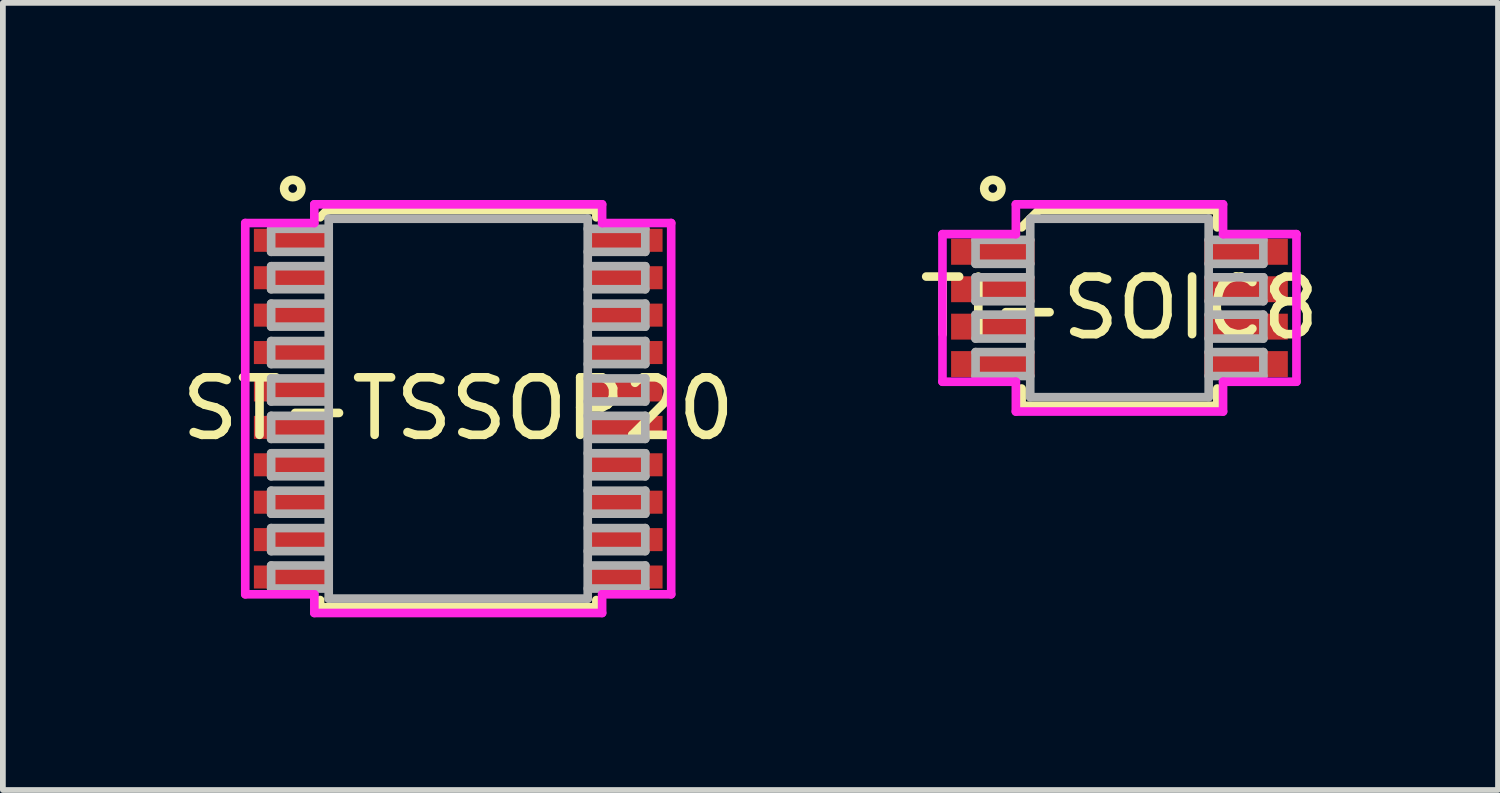
<source format=kicad_pcb>
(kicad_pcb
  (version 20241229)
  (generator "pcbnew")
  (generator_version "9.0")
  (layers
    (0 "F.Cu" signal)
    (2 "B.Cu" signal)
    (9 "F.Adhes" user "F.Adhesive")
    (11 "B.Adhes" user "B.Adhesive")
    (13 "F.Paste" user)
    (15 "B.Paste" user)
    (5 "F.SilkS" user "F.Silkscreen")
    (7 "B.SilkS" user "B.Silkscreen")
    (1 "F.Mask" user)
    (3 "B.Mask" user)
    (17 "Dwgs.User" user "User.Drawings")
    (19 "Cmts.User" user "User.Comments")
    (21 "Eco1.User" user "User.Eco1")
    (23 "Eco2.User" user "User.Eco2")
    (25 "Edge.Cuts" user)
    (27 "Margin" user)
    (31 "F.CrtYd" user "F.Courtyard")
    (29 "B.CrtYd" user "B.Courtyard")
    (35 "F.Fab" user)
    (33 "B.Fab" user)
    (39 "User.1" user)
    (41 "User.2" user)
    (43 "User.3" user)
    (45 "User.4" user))
  (footprint "ST-TSSOP20"
    (layer "F.Cu")
    (at 4.911 4.05)
    (property "Reference" "ST-TSSOP20" (at 0 0 0) (layer "F.SilkS") (effects (font (size 1 1) (thickness 0.15))))
    (attr through_hole)
    (fp_line (start -2.4 -3.325) (end -2.275 -3.45) (stroke (width 0.15) (type solid)) (layer "F.SilkS"))
    (fp_line (start -2.4 3.45) (end -2.4 3.325) (stroke (width 0.15) (type solid)) (layer "F.SilkS"))
    (fp_line (start -2.275 -3.45) (end 2.4 -3.45) (stroke (width 0.15) (type solid)) (layer "F.SilkS"))
    (fp_line (start 2.4 -3.45) (end 2.4 -3.325) (stroke (width 0.15) (type solid)) (layer "F.SilkS"))
    (fp_line (start 2.4 3.325) (end 2.4 3.45) (stroke (width 0.15) (type solid)) (layer "F.SilkS"))
    (fp_line (start 2.4 3.45) (end -2.4 3.45) (stroke (width 0.15) (type solid)) (layer "F.SilkS"))
    (fp_circle (center -2.875 -3.825) (end -2.875 -3.675) (stroke (width 0.15) (type solid)) (fill no) (layer "F.SilkS"))
    (fp_line (start -3.7 -3.225) (end -2.5 -3.225) (stroke (width 0.15) (type solid)) (layer "F.CrtYd"))
    (fp_line (start -3.7 3.225) (end -3.7 -3.225) (stroke (width 0.15) (type solid)) (layer "F.CrtYd"))
    (fp_line (start -2.5 -3.55) (end 2.5 -3.55) (stroke (width 0.15) (type solid)) (layer "F.CrtYd"))
    (fp_line (start -2.5 -3.225) (end -2.5 -3.55) (stroke (width 0.15) (type solid)) (layer "F.CrtYd"))
    (fp_line (start -2.5 3.225) (end -3.7 3.225) (stroke (width 0.15) (type solid)) (layer "F.CrtYd"))
    (fp_line (start -2.5 3.55) (end -2.5 3.225) (stroke (width 0.15) (type solid)) (layer "F.CrtYd"))
    (fp_line (start 2.5 -3.55) (end 2.5 -3.225) (stroke (width 0.15) (type solid)) (layer "F.CrtYd"))
    (fp_line (start 2.5 -3.225) (end 3.7 -3.225) (stroke (width 0.15) (type solid)) (layer "F.CrtYd"))
    (fp_line (start 2.5 3.225) (end 2.5 3.55) (stroke (width 0.15) (type solid)) (layer "F.CrtYd"))
    (fp_line (start 2.5 3.55) (end -2.5 3.55) (stroke (width 0.15) (type solid)) (layer "F.CrtYd"))
    (fp_line (start 3.7 -3.225) (end 3.7 3.225) (stroke (width 0.15) (type solid)) (layer "F.CrtYd"))
    (fp_line (start 3.7 3.225) (end 2.5 3.225) (stroke (width 0.15) (type solid)) (layer "F.CrtYd"))
    (fp_line (start -3.25 -3.125) (end -3.25 -2.725) (stroke (width 0.15) (type solid)) (layer "F.Fab"))
    (fp_line (start -3.25 -2.725) (end -2.25 -2.725) (stroke (width 0.15) (type solid)) (layer "F.Fab"))
    (fp_line (start -3.25 -2.475) (end -3.25 -2.075) (stroke (width 0.15) (type solid)) (layer "F.Fab"))
    (fp_line (start -3.25 -2.075) (end -2.25 -2.075) (stroke (width 0.15) (type solid)) (layer "F.Fab"))
    (fp_line (start -3.25 -1.825) (end -3.25 -1.425) (stroke (width 0.15) (type solid)) (layer "F.Fab"))
    (fp_line (start -3.25 -1.425) (end -2.25 -1.425) (stroke (width 0.15) (type solid)) (layer "F.Fab"))
    (fp_line (start -3.25 -1.175) (end -3.25 -0.775) (stroke (width 0.15) (type solid)) (layer "F.Fab"))
    (fp_line (start -3.25 -0.775) (end -2.25 -0.775) (stroke (width 0.15) (type solid)) (layer "F.Fab"))
    (fp_line (start -3.25 -0.525) (end -3.25 -0.125) (stroke (width 0.15) (type solid)) (layer "F.Fab"))
    (fp_line (start -3.25 -0.125) (end -2.25 -0.125) (stroke (width 0.15) (type solid)) (layer "F.Fab"))
    (fp_line (start -3.25 0.125) (end -3.25 0.525) (stroke (width 0.15) (type solid)) (layer "F.Fab"))
    (fp_line (start -3.25 0.525) (end -2.25 0.525) (stroke (width 0.15) (type solid)) (layer "F.Fab"))
    (fp_line (start -3.25 0.775) (end -3.25 1.175) (stroke (width 0.15) (type solid)) (layer "F.Fab"))
    (fp_line (start -3.25 1.175) (end -2.25 1.175) (stroke (width 0.15) (type solid)) (layer "F.Fab"))
    (fp_line (start -3.25 1.425) (end -3.25 1.825) (stroke (width 0.15) (type solid)) (layer "F.Fab"))
    (fp_line (start -3.25 1.825) (end -2.25 1.825) (stroke (width 0.15) (type solid)) (layer "F.Fab"))
    (fp_line (start -3.25 2.075) (end -3.25 2.475) (stroke (width 0.15) (type solid)) (layer "F.Fab"))
    (fp_line (start -3.25 2.475) (end -2.25 2.475) (stroke (width 0.15) (type solid)) (layer "F.Fab"))
    (fp_line (start -3.25 2.725) (end -3.25 3.125) (stroke (width 0.15) (type solid)) (layer "F.Fab"))
    (fp_line (start -3.25 3.125) (end -2.25 3.125) (stroke (width 0.15) (type solid)) (layer "F.Fab"))
    (fp_line (start -2.25 -3.3) (end 2.25 -3.3) (stroke (width 0.15) (type solid)) (layer "F.Fab"))
    (fp_line (start -2.25 -3.125) (end -3.25 -3.125) (stroke (width 0.15) (type solid)) (layer "F.Fab"))
    (fp_line (start -2.25 -2.475) (end -3.25 -2.475) (stroke (width 0.15) (type solid)) (layer "F.Fab"))
    (fp_line (start -2.25 -1.825) (end -3.25 -1.825) (stroke (width 0.15) (type solid)) (layer "F.Fab"))
    (fp_line (start -2.25 -1.175) (end -3.25 -1.175) (stroke (width 0.15) (type solid)) (layer "F.Fab"))
    (fp_line (start -2.25 -0.525) (end -3.25 -0.525) (stroke (width 0.15) (type solid)) (layer "F.Fab"))
    (fp_line (start -2.25 0.125) (end -3.25 0.125) (stroke (width 0.15) (type solid)) (layer "F.Fab"))
    (fp_line (start -2.25 0.775) (end -3.25 0.775) (stroke (width 0.15) (type solid)) (layer "F.Fab"))
    (fp_line (start -2.25 1.425) (end -3.25 1.425) (stroke (width 0.15) (type solid)) (layer "F.Fab"))
    (fp_line (start -2.25 2.075) (end -3.25 2.075) (stroke (width 0.15) (type solid)) (layer "F.Fab"))
    (fp_line (start -2.25 2.725) (end -3.25 2.725) (stroke (width 0.15) (type solid)) (layer "F.Fab"))
    (fp_line (start -2.25 3.3) (end -2.25 -3.3) (stroke (width 0.15) (type solid)) (layer "F.Fab"))
    (fp_line (start 2.25 -3.3) (end 2.25 3.3) (stroke (width 0.15) (type solid)) (layer "F.Fab"))
    (fp_line (start 2.25 -2.725) (end 3.25 -2.725) (stroke (width 0.15) (type solid)) (layer "F.Fab"))
    (fp_line (start 2.25 -2.075) (end 3.25 -2.075) (stroke (width 0.15) (type solid)) (layer "F.Fab"))
    (fp_line (start 2.25 -1.425) (end 3.25 -1.425) (stroke (width 0.15) (type solid)) (layer "F.Fab"))
    (fp_line (start 2.25 -0.775) (end 3.25 -0.775) (stroke (width 0.15) (type solid)) (layer "F.Fab"))
    (fp_line (start 2.25 -0.125) (end 3.25 -0.125) (stroke (width 0.15) (type solid)) (layer "F.Fab"))
    (fp_line (start 2.25 0.525) (end 3.25 0.525) (stroke (width 0.15) (type solid)) (layer "F.Fab"))
    (fp_line (start 2.25 1.175) (end 3.25 1.175) (stroke (width 0.15) (type solid)) (layer "F.Fab"))
    (fp_line (start 2.25 1.825) (end 3.25 1.825) (stroke (width 0.15) (type solid)) (layer "F.Fab"))
    (fp_line (start 2.25 2.475) (end 3.25 2.475) (stroke (width 0.15) (type solid)) (layer "F.Fab"))
    (fp_line (start 2.25 3.125) (end 3.25 3.125) (stroke (width 0.15) (type solid)) (layer "F.Fab"))
    (fp_line (start 2.25 3.3) (end -2.25 3.3) (stroke (width 0.15) (type solid)) (layer "F.Fab"))
    (fp_line (start 3.25 -3.125) (end 2.25 -3.125) (stroke (width 0.15) (type solid)) (layer "F.Fab"))
    (fp_line (start 3.25 -2.725) (end 3.25 -3.125) (stroke (width 0.15) (type solid)) (layer "F.Fab"))
    (fp_line (start 3.25 -2.475) (end 2.25 -2.475) (stroke (width 0.15) (type solid)) (layer "F.Fab"))
    (fp_line (start 3.25 -2.075) (end 3.25 -2.475) (stroke (width 0.15) (type solid)) (layer "F.Fab"))
    (fp_line (start 3.25 -1.825) (end 2.25 -1.825) (stroke (width 0.15) (type solid)) (layer "F.Fab"))
    (fp_line (start 3.25 -1.425) (end 3.25 -1.825) (stroke (width 0.15) (type solid)) (layer "F.Fab"))
    (fp_line (start 3.25 -1.175) (end 2.25 -1.175) (stroke (width 0.15) (type solid)) (layer "F.Fab"))
    (fp_line (start 3.25 -0.775) (end 3.25 -1.175) (stroke (width 0.15) (type solid)) (layer "F.Fab"))
    (fp_line (start 3.25 -0.525) (end 2.25 -0.525) (stroke (width 0.15) (type solid)) (layer "F.Fab"))
    (fp_line (start 3.25 -0.125) (end 3.25 -0.525) (stroke (width 0.15) (type solid)) (layer "F.Fab"))
    (fp_line (start 3.25 0.125) (end 2.25 0.125) (stroke (width 0.15) (type solid)) (layer "F.Fab"))
    (fp_line (start 3.25 0.525) (end 3.25 0.125) (stroke (width 0.15) (type solid)) (layer "F.Fab"))
    (fp_line (start 3.25 0.775) (end 2.25 0.775) (stroke (width 0.15) (type solid)) (layer "F.Fab"))
    (fp_line (start 3.25 1.175) (end 3.25 0.775) (stroke (width 0.15) (type solid)) (layer "F.Fab"))
    (fp_line (start 3.25 1.425) (end 2.25 1.425) (stroke (width 0.15) (type solid)) (layer "F.Fab"))
    (fp_line (start 3.25 1.825) (end 3.25 1.425) (stroke (width 0.15) (type solid)) (layer "F.Fab"))
    (fp_line (start 3.25 2.075) (end 2.25 2.075) (stroke (width 0.15) (type solid)) (layer "F.Fab"))
    (fp_line (start 3.25 2.475) (end 3.25 2.075) (stroke (width 0.15) (type solid)) (layer "F.Fab"))
    (fp_line (start 3.25 2.725) (end 2.25 2.725) (stroke (width 0.15) (type solid)) (layer "F.Fab"))
    (fp_line (start 3.25 3.125) (end 3.25 2.725) (stroke (width 0.15) (type solid)) (layer "F.Fab"))
    (pad "1" smd rect (at -2.875 -2.925) (size 1.35 0.4) (layers "F.Cu" "F.Mask" "F.Paste"))
    (pad "2" smd rect (at -2.875 -2.275) (size 1.35 0.4) (layers "F.Cu" "F.Mask" "F.Paste"))
    (pad "3" smd rect (at -2.875 -1.625) (size 1.35 0.4) (layers "F.Cu" "F.Mask" "F.Paste"))
    (pad "4" smd rect (at -2.875 -0.975) (size 1.35 0.4) (layers "F.Cu" "F.Mask" "F.Paste"))
    (pad "5" smd rect (at -2.875 -0.325) (size 1.35 0.4) (layers "F.Cu" "F.Mask" "F.Paste"))
    (pad "6" smd rect (at -2.875 0.325) (size 1.35 0.4) (layers "F.Cu" "F.Mask" "F.Paste"))
    (pad "7" smd rect (at -2.875 0.975) (size 1.35 0.4) (layers "F.Cu" "F.Mask" "F.Paste"))
    (pad "8" smd rect (at -2.875 1.625) (size 1.35 0.4) (layers "F.Cu" "F.Mask" "F.Paste"))
    (pad "9" smd rect (at -2.875 2.275) (size 1.35 0.4) (layers "F.Cu" "F.Mask" "F.Paste"))
    (pad "10" smd rect (at -2.875 2.925) (size 1.35 0.4) (layers "F.Cu" "F.Mask" "F.Paste"))
    (pad "11" smd rect (at 2.875 2.925) (size 1.35 0.4) (layers "F.Cu" "F.Mask" "F.Paste"))
    (pad "12" smd rect (at 2.875 2.275) (size 1.35 0.4) (layers "F.Cu" "F.Mask" "F.Paste"))
    (pad "13" smd rect (at 2.875 1.625) (size 1.35 0.4) (layers "F.Cu" "F.Mask" "F.Paste"))
    (pad "14" smd rect (at 2.875 0.975) (size 1.35 0.4) (layers "F.Cu" "F.Mask" "F.Paste"))
    (pad "15" smd rect (at 2.875 0.325) (size 1.35 0.4) (layers "F.Cu" "F.Mask" "F.Paste"))
    (pad "16" smd rect (at 2.875 -0.325) (size 1.35 0.4) (layers "F.Cu" "F.Mask" "F.Paste"))
    (pad "17" smd rect (at 2.875 -0.975) (size 1.35 0.4) (layers "F.Cu" "F.Mask" "F.Paste"))
    (pad "18" smd rect (at 2.875 -1.625) (size 1.35 0.4) (layers "F.Cu" "F.Mask" "F.Paste"))
    (pad "19" smd rect (at 2.875 -2.275) (size 1.35 0.4) (layers "F.Cu" "F.Mask" "F.Paste"))
    (pad "20" smd rect (at 2.875 -2.925) (size 1.35 0.4) (layers "F.Cu" "F.Mask" "F.Paste")))
  (footprint "TI-SOIC8"
    (layer "F.Cu")
    (at 16.399 2.3)
    (property "Reference" "TI-SOIC8" (at 0 0 0) (layer "F.SilkS") (effects (font (size 1 1) (thickness 0.15))))
    (attr through_hole)
    (fp_line (start -1.7 -1.4) (end -1.4 -1.7) (stroke (width 0.15) (type solid)) (layer "F.SilkS"))
    (fp_line (start -1.7 1.7) (end -1.7 1.4) (stroke (width 0.15) (type solid)) (layer "F.SilkS"))
    (fp_line (start -1.4 -1.7) (end 1.7 -1.7) (stroke (width 0.15) (type solid)) (layer "F.SilkS"))
    (fp_line (start 1.7 -1.7) (end 1.7 -1.4) (stroke (width 0.15) (type solid)) (layer "F.SilkS"))
    (fp_line (start 1.7 1.4) (end 1.7 1.7) (stroke (width 0.15) (type solid)) (layer "F.SilkS"))
    (fp_line (start 1.7 1.7) (end -1.7 1.7) (stroke (width 0.15) (type solid)) (layer "F.SilkS"))
    (fp_circle (center -2.2 -2.075) (end -2.2 -1.925) (stroke (width 0.15) (type solid)) (fill no) (layer "F.SilkS"))
    (fp_line (start -3.075 -1.282) (end -1.8 -1.282) (stroke (width 0.15) (type solid)) (layer "F.CrtYd"))
    (fp_line (start -3.075 1.282) (end -3.075 -1.282) (stroke (width 0.15) (type solid)) (layer "F.CrtYd"))
    (fp_line (start -1.8 -1.8) (end 1.8 -1.8) (stroke (width 0.15) (type solid)) (layer "F.CrtYd"))
    (fp_line (start -1.8 -1.282) (end -1.8 -1.8) (stroke (width 0.15) (type solid)) (layer "F.CrtYd"))
    (fp_line (start -1.8 1.282) (end -3.075 1.282) (stroke (width 0.15) (type solid)) (layer "F.CrtYd"))
    (fp_line (start -1.8 1.8) (end -1.8 1.282) (stroke (width 0.15) (type solid)) (layer "F.CrtYd"))
    (fp_line (start 1.8 -1.8) (end 1.8 -1.282) (stroke (width 0.15) (type solid)) (layer "F.CrtYd"))
    (fp_line (start 1.8 -1.282) (end 3.075 -1.282) (stroke (width 0.15) (type solid)) (layer "F.CrtYd"))
    (fp_line (start 1.8 1.282) (end 1.8 1.8) (stroke (width 0.15) (type solid)) (layer "F.CrtYd"))
    (fp_line (start 1.8 1.8) (end -1.8 1.8) (stroke (width 0.15) (type solid)) (layer "F.CrtYd"))
    (fp_line (start 3.075 -1.282) (end 3.075 1.282) (stroke (width 0.15) (type solid)) (layer "F.CrtYd"))
    (fp_line (start 3.075 1.282) (end 1.8 1.282) (stroke (width 0.15) (type solid)) (layer "F.CrtYd"))
    (fp_line (start -2.5 -1.183) (end -2.5 -0.767) (stroke (width 0.15) (type solid)) (layer "F.Fab"))
    (fp_line (start -2.5 -0.767) (end -1.55 -0.767) (stroke (width 0.15) (type solid)) (layer "F.Fab"))
    (fp_line (start -2.5 -0.532) (end -2.5 -0.117) (stroke (width 0.15) (type solid)) (layer "F.Fab"))
    (fp_line (start -2.5 -0.117) (end -1.55 -0.117) (stroke (width 0.15) (type solid)) (layer "F.Fab"))
    (fp_line (start -2.5 0.117) (end -2.5 0.532) (stroke (width 0.15) (type solid)) (layer "F.Fab"))
    (fp_line (start -2.5 0.532) (end -1.55 0.532) (stroke (width 0.15) (type solid)) (layer "F.Fab"))
    (fp_line (start -2.5 0.767) (end -2.5 1.183) (stroke (width 0.15) (type solid)) (layer "F.Fab"))
    (fp_line (start -2.5 1.183) (end -1.55 1.183) (stroke (width 0.15) (type solid)) (layer "F.Fab"))
    (fp_line (start -1.55 -1.55) (end 1.55 -1.55) (stroke (width 0.15) (type solid)) (layer "F.Fab"))
    (fp_line (start -1.55 -1.183) (end -2.5 -1.183) (stroke (width 0.15) (type solid)) (layer "F.Fab"))
    (fp_line (start -1.55 -0.532) (end -2.5 -0.532) (stroke (width 0.15) (type solid)) (layer "F.Fab"))
    (fp_line (start -1.55 0.117) (end -2.5 0.117) (stroke (width 0.15) (type solid)) (layer "F.Fab"))
    (fp_line (start -1.55 0.767) (end -2.5 0.767) (stroke (width 0.15) (type solid)) (layer "F.Fab"))
    (fp_line (start -1.55 1.55) (end -1.55 -1.55) (stroke (width 0.15) (type solid)) (layer "F.Fab"))
    (fp_line (start 1.55 -1.55) (end 1.55 1.55) (stroke (width 0.15) (type solid)) (layer "F.Fab"))
    (fp_line (start 1.55 -0.767) (end 2.5 -0.767) (stroke (width 0.15) (type solid)) (layer "F.Fab"))
    (fp_line (start 1.55 -0.117) (end 2.5 -0.117) (stroke (width 0.15) (type solid)) (layer "F.Fab"))
    (fp_line (start 1.55 0.532) (end 2.5 0.532) (stroke (width 0.15) (type solid)) (layer "F.Fab"))
    (fp_line (start 1.55 1.183) (end 2.5 1.183) (stroke (width 0.15) (type solid)) (layer "F.Fab"))
    (fp_line (start 1.55 1.55) (end -1.55 1.55) (stroke (width 0.15) (type solid)) (layer "F.Fab"))
    (fp_line (start 2.5 -1.183) (end 1.55 -1.183) (stroke (width 0.15) (type solid)) (layer "F.Fab"))
    (fp_line (start 2.5 -0.767) (end 2.5 -1.183) (stroke (width 0.15) (type solid)) (layer "F.Fab"))
    (fp_line (start 2.5 -0.532) (end 1.55 -0.532) (stroke (width 0.15) (type solid)) (layer "F.Fab"))
    (fp_line (start 2.5 -0.117) (end 2.5 -0.532) (stroke (width 0.15) (type solid)) (layer "F.Fab"))
    (fp_line (start 2.5 0.117) (end 1.55 0.117) (stroke (width 0.15) (type solid)) (layer "F.Fab"))
    (fp_line (start 2.5 0.532) (end 2.5 0.117) (stroke (width 0.15) (type solid)) (layer "F.Fab"))
    (fp_line (start 2.5 0.767) (end 1.55 0.767) (stroke (width 0.15) (type solid)) (layer "F.Fab"))
    (fp_line (start 2.5 1.183) (end 2.5 0.767) (stroke (width 0.15) (type solid)) (layer "F.Fab"))
    (pad "1" smd rect (at -2.2 -0.975) (size 1.45 0.45) (layers "F.Cu" "F.Mask" "F.Paste"))
    (pad "2" smd rect (at -2.2 -0.325) (size 1.45 0.45) (layers "F.Cu" "F.Mask" "F.Paste"))
    (pad "3" smd rect (at -2.2 0.325) (size 1.45 0.45) (layers "F.Cu" "F.Mask" "F.Paste"))
    (pad "4" smd rect (at -2.2 0.975) (size 1.45 0.45) (layers "F.Cu" "F.Mask" "F.Paste"))
    (pad "5" smd rect (at 2.2 0.975) (size 1.45 0.45) (layers "F.Cu" "F.Mask" "F.Paste"))
    (pad "6" smd rect (at 2.2 0.325) (size 1.45 0.45) (layers "F.Cu" "F.Mask" "F.Paste"))
    (pad "7" smd rect (at 2.2 -0.325) (size 1.45 0.45) (layers "F.Cu" "F.Mask" "F.Paste"))
    (pad "8" smd rect (at 2.2 -0.975) (size 1.45 0.45) (layers "F.Cu" "F.Mask" "F.Paste")))
  (gr_rect
    (start -3 -3)
    (end 22.976 10.675)
    (stroke (width 0.1) (type default))
    (fill no)
    (layer "Edge.Cuts")))
</source>
